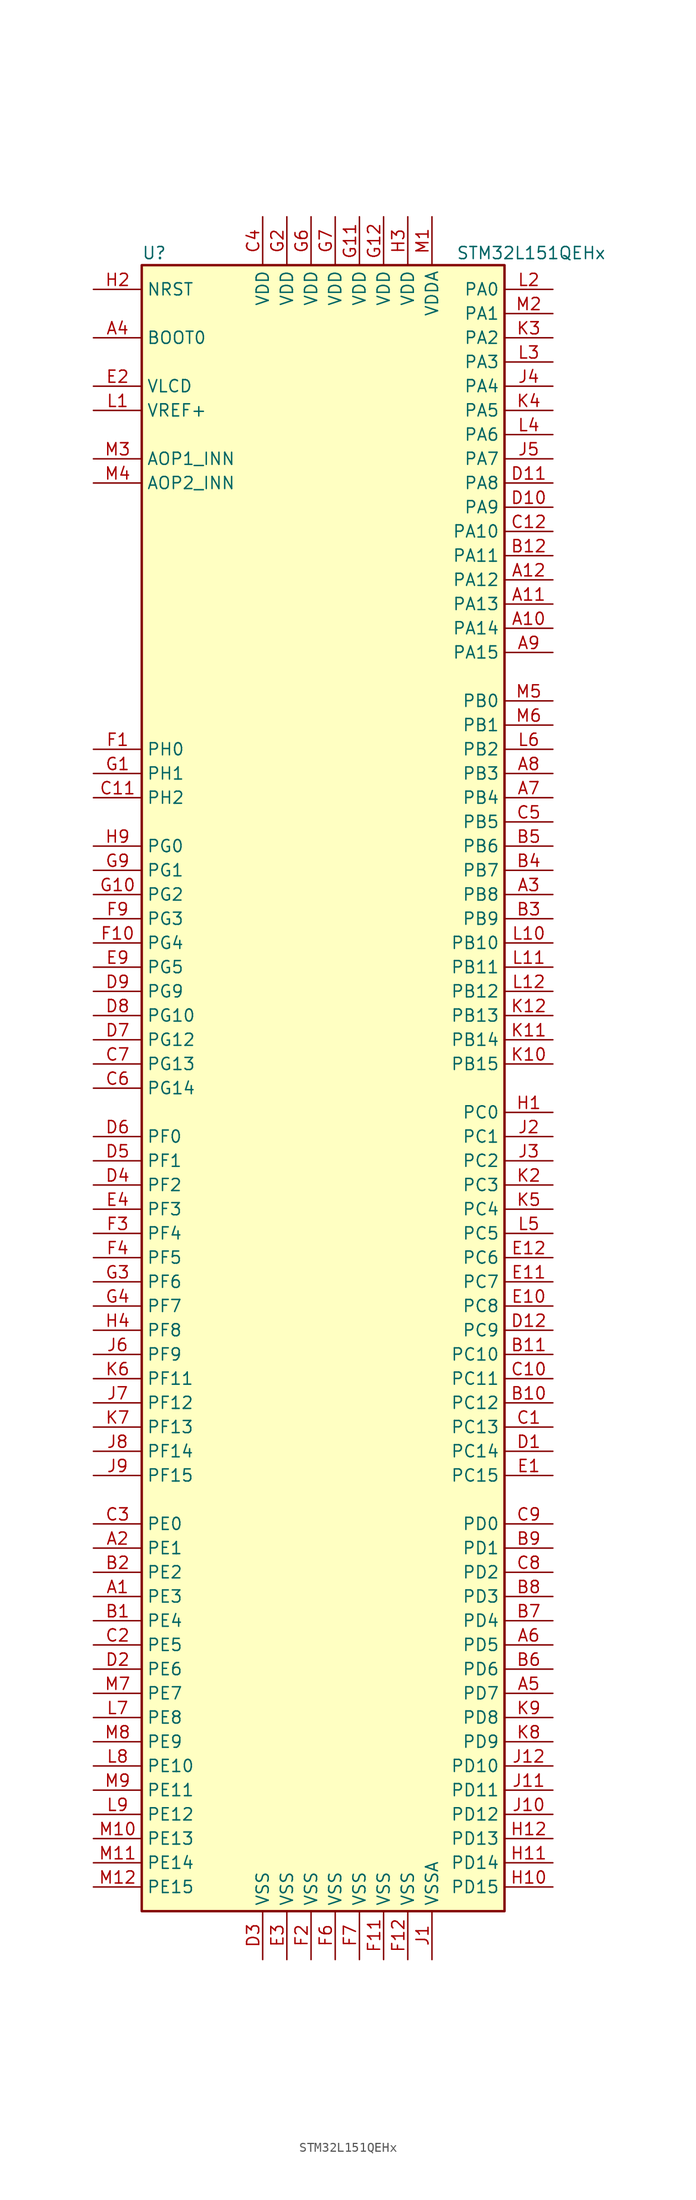
<source format=kicad_sym>
(kicad_symbol_lib
  (version 20201005)
  (generator kicad_symbol_editor)
  (symbol "STM32L151QEHx"
    (property "Reference" "U"
      (at -20.32 87.63 0)
      (effects (font (size 1.27 1.27)) (justify left)))
    (property "Value" "STM32L151QEHx"
      (at 12.7 87.63 0)
      (effects (font (size 1.27 1.27)) (justify left)))
    (symbol "STM32L151QEHx_0_1"
      (rectangle (start -20.32 -86.36) (end 17.78 86.36) (stroke (width 0.254)) (fill (type background))))
    (symbol "STM32L151QEHx_1_1"
      (pin bidirectional line (at -25.4 -53.34 0) (length 5.08) (name "PE3" (effects (font (size 1.27 1.27)))) (number "A1" (effects (font (size 1.27 1.27)))))
      (pin bidirectional line (at 22.86 48.26 180) (length 5.08) (name "PA14" (effects (font (size 1.27 1.27)))) (number "A10" (effects (font (size 1.27 1.27)))))
      (pin bidirectional line (at 22.86 50.8 180) (length 5.08) (name "PA13" (effects (font (size 1.27 1.27)))) (number "A11" (effects (font (size 1.27 1.27)))))
      (pin bidirectional line (at 22.86 53.34 180) (length 5.08) (name "PA12" (effects (font (size 1.27 1.27)))) (number "A12" (effects (font (size 1.27 1.27)))))
      (pin bidirectional line (at -25.4 -48.26 0) (length 5.08) (name "PE1" (effects (font (size 1.27 1.27)))) (number "A2" (effects (font (size 1.27 1.27)))))
      (pin bidirectional line (at 22.86 20.32 180) (length 5.08) (name "PB8" (effects (font (size 1.27 1.27)))) (number "A3" (effects (font (size 1.27 1.27)))))
      (pin input line (at -25.4 78.74 0) (length 5.08) (name "BOOT0" (effects (font (size 1.27 1.27)))) (number "A4" (effects (font (size 1.27 1.27)))))
      (pin bidirectional line (at 22.86 -63.5 180) (length 5.08) (name "PD7" (effects (font (size 1.27 1.27)))) (number "A5" (effects (font (size 1.27 1.27)))))
      (pin bidirectional line (at 22.86 -58.42 180) (length 5.08) (name "PD5" (effects (font (size 1.27 1.27)))) (number "A6" (effects (font (size 1.27 1.27)))))
      (pin bidirectional line (at 22.86 30.48 180) (length 5.08) (name "PB4" (effects (font (size 1.27 1.27)))) (number "A7" (effects (font (size 1.27 1.27)))))
      (pin bidirectional line (at 22.86 33.02 180) (length 5.08) (name "PB3" (effects (font (size 1.27 1.27)))) (number "A8" (effects (font (size 1.27 1.27)))))
      (pin bidirectional line (at 22.86 45.72 180) (length 5.08) (name "PA15" (effects (font (size 1.27 1.27)))) (number "A9" (effects (font (size 1.27 1.27)))))
      (pin bidirectional line (at -25.4 -55.88 0) (length 5.08) (name "PE4" (effects (font (size 1.27 1.27)))) (number "B1" (effects (font (size 1.27 1.27)))))
      (pin bidirectional line (at 22.86 -33.02 180) (length 5.08) (name "PC12" (effects (font (size 1.27 1.27)))) (number "B10" (effects (font (size 1.27 1.27)))))
      (pin bidirectional line (at 22.86 -27.94 180) (length 5.08) (name "PC10" (effects (font (size 1.27 1.27)))) (number "B11" (effects (font (size 1.27 1.27)))))
      (pin bidirectional line (at 22.86 55.88 180) (length 5.08) (name "PA11" (effects (font (size 1.27 1.27)))) (number "B12" (effects (font (size 1.27 1.27)))))
      (pin bidirectional line (at -25.4 -50.8 0) (length 5.08) (name "PE2" (effects (font (size 1.27 1.27)))) (number "B2" (effects (font (size 1.27 1.27)))))
      (pin bidirectional line (at 22.86 17.78 180) (length 5.08) (name "PB9" (effects (font (size 1.27 1.27)))) (number "B3" (effects (font (size 1.27 1.27)))))
      (pin bidirectional line (at 22.86 22.86 180) (length 5.08) (name "PB7" (effects (font (size 1.27 1.27)))) (number "B4" (effects (font (size 1.27 1.27)))))
      (pin bidirectional line (at 22.86 25.4 180) (length 5.08) (name "PB6" (effects (font (size 1.27 1.27)))) (number "B5" (effects (font (size 1.27 1.27)))))
      (pin bidirectional line (at 22.86 -60.96 180) (length 5.08) (name "PD6" (effects (font (size 1.27 1.27)))) (number "B6" (effects (font (size 1.27 1.27)))))
      (pin bidirectional line (at 22.86 -55.88 180) (length 5.08) (name "PD4" (effects (font (size 1.27 1.27)))) (number "B7" (effects (font (size 1.27 1.27)))))
      (pin bidirectional line (at 22.86 -53.34 180) (length 5.08) (name "PD3" (effects (font (size 1.27 1.27)))) (number "B8" (effects (font (size 1.27 1.27)))))
      (pin bidirectional line (at 22.86 -48.26 180) (length 5.08) (name "PD1" (effects (font (size 1.27 1.27)))) (number "B9" (effects (font (size 1.27 1.27)))))
      (pin bidirectional line (at 22.86 -35.56 180) (length 5.08) (name "PC13" (effects (font (size 1.27 1.27)))) (number "C1" (effects (font (size 1.27 1.27)))))
      (pin bidirectional line (at 22.86 -30.48 180) (length 5.08) (name "PC11" (effects (font (size 1.27 1.27)))) (number "C10" (effects (font (size 1.27 1.27)))))
      (pin bidirectional line (at -25.4 30.48 0) (length 5.08) (name "PH2" (effects (font (size 1.27 1.27)))) (number "C11" (effects (font (size 1.27 1.27)))))
      (pin bidirectional line (at 22.86 58.42 180) (length 5.08) (name "PA10" (effects (font (size 1.27 1.27)))) (number "C12" (effects (font (size 1.27 1.27)))))
      (pin bidirectional line (at -25.4 -58.42 0) (length 5.08) (name "PE5" (effects (font (size 1.27 1.27)))) (number "C2" (effects (font (size 1.27 1.27)))))
      (pin bidirectional line (at -25.4 -45.72 0) (length 5.08) (name "PE0" (effects (font (size 1.27 1.27)))) (number "C3" (effects (font (size 1.27 1.27)))))
      (pin power_in line (at -7.62 91.44 270) (length 5.08) (name "VDD" (effects (font (size 1.27 1.27)))) (number "C4" (effects (font (size 1.27 1.27)))))
      (pin bidirectional line (at 22.86 27.94 180) (length 5.08) (name "PB5" (effects (font (size 1.27 1.27)))) (number "C5" (effects (font (size 1.27 1.27)))))
      (pin bidirectional line (at -25.4 0 0) (length 5.08) (name "PG14" (effects (font (size 1.27 1.27)))) (number "C6" (effects (font (size 1.27 1.27)))))
      (pin bidirectional line (at -25.4 2.54 0) (length 5.08) (name "PG13" (effects (font (size 1.27 1.27)))) (number "C7" (effects (font (size 1.27 1.27)))))
      (pin bidirectional line (at 22.86 -50.8 180) (length 5.08) (name "PD2" (effects (font (size 1.27 1.27)))) (number "C8" (effects (font (size 1.27 1.27)))))
      (pin bidirectional line (at 22.86 -45.72 180) (length 5.08) (name "PD0" (effects (font (size 1.27 1.27)))) (number "C9" (effects (font (size 1.27 1.27)))))
      (pin bidirectional line (at 22.86 -38.1 180) (length 5.08) (name "PC14" (effects (font (size 1.27 1.27)))) (number "D1" (effects (font (size 1.27 1.27)))))
      (pin bidirectional line (at 22.86 60.96 180) (length 5.08) (name "PA9" (effects (font (size 1.27 1.27)))) (number "D10" (effects (font (size 1.27 1.27)))))
      (pin bidirectional line (at 22.86 63.5 180) (length 5.08) (name "PA8" (effects (font (size 1.27 1.27)))) (number "D11" (effects (font (size 1.27 1.27)))))
      (pin bidirectional line (at 22.86 -25.4 180) (length 5.08) (name "PC9" (effects (font (size 1.27 1.27)))) (number "D12" (effects (font (size 1.27 1.27)))))
      (pin bidirectional line (at -25.4 -60.96 0) (length 5.08) (name "PE6" (effects (font (size 1.27 1.27)))) (number "D2" (effects (font (size 1.27 1.27)))))
      (pin power_in line (at -7.62 -91.44 90) (length 5.08) (name "VSS" (effects (font (size 1.27 1.27)))) (number "D3" (effects (font (size 1.27 1.27)))))
      (pin bidirectional line (at -25.4 -10.16 0) (length 5.08) (name "PF2" (effects (font (size 1.27 1.27)))) (number "D4" (effects (font (size 1.27 1.27)))))
      (pin bidirectional line (at -25.4 -7.62 0) (length 5.08) (name "PF1" (effects (font (size 1.27 1.27)))) (number "D5" (effects (font (size 1.27 1.27)))))
      (pin bidirectional line (at -25.4 -5.08 0) (length 5.08) (name "PF0" (effects (font (size 1.27 1.27)))) (number "D6" (effects (font (size 1.27 1.27)))))
      (pin bidirectional line (at -25.4 5.08 0) (length 5.08) (name "PG12" (effects (font (size 1.27 1.27)))) (number "D7" (effects (font (size 1.27 1.27)))))
      (pin bidirectional line (at -25.4 7.62 0) (length 5.08) (name "PG10" (effects (font (size 1.27 1.27)))) (number "D8" (effects (font (size 1.27 1.27)))))
      (pin bidirectional line (at -25.4 10.16 0) (length 5.08) (name "PG9" (effects (font (size 1.27 1.27)))) (number "D9" (effects (font (size 1.27 1.27)))))
      (pin bidirectional line (at 22.86 -40.64 180) (length 5.08) (name "PC15" (effects (font (size 1.27 1.27)))) (number "E1" (effects (font (size 1.27 1.27)))))
      (pin bidirectional line (at 22.86 -22.86 180) (length 5.08) (name "PC8" (effects (font (size 1.27 1.27)))) (number "E10" (effects (font (size 1.27 1.27)))))
      (pin bidirectional line (at 22.86 -20.32 180) (length 5.08) (name "PC7" (effects (font (size 1.27 1.27)))) (number "E11" (effects (font (size 1.27 1.27)))))
      (pin bidirectional line (at 22.86 -17.78 180) (length 5.08) (name "PC6" (effects (font (size 1.27 1.27)))) (number "E12" (effects (font (size 1.27 1.27)))))
      (pin power_in line (at -25.4 73.66 0) (length 5.08) (name "VLCD" (effects (font (size 1.27 1.27)))) (number "E2" (effects (font (size 1.27 1.27)))))
      (pin power_in line (at -5.08 -91.44 90) (length 5.08) (name "VSS" (effects (font (size 1.27 1.27)))) (number "E3" (effects (font (size 1.27 1.27)))))
      (pin bidirectional line (at -25.4 -12.7 0) (length 5.08) (name "PF3" (effects (font (size 1.27 1.27)))) (number "E4" (effects (font (size 1.27 1.27)))))
      (pin bidirectional line (at -25.4 12.7 0) (length 5.08) (name "PG5" (effects (font (size 1.27 1.27)))) (number "E9" (effects (font (size 1.27 1.27)))))
      (pin input line (at -25.4 35.56 0) (length 5.08) (name "PH0" (effects (font (size 1.27 1.27)))) (number "F1" (effects (font (size 1.27 1.27)))))
      (pin bidirectional line (at -25.4 15.24 0) (length 5.08) (name "PG4" (effects (font (size 1.27 1.27)))) (number "F10" (effects (font (size 1.27 1.27)))))
      (pin power_in line (at 5.08 -91.44 90) (length 5.08) (name "VSS" (effects (font (size 1.27 1.27)))) (number "F11" (effects (font (size 1.27 1.27)))))
      (pin power_in line (at 7.62 -91.44 90) (length 5.08) (name "VSS" (effects (font (size 1.27 1.27)))) (number "F12" (effects (font (size 1.27 1.27)))))
      (pin power_in line (at -2.54 -91.44 90) (length 5.08) (name "VSS" (effects (font (size 1.27 1.27)))) (number "F2" (effects (font (size 1.27 1.27)))))
      (pin bidirectional line (at -25.4 -15.24 0) (length 5.08) (name "PF4" (effects (font (size 1.27 1.27)))) (number "F3" (effects (font (size 1.27 1.27)))))
      (pin bidirectional line (at -25.4 -17.78 0) (length 5.08) (name "PF5" (effects (font (size 1.27 1.27)))) (number "F4" (effects (font (size 1.27 1.27)))))
      (pin power_in line (at 0 -91.44 90) (length 5.08) (name "VSS" (effects (font (size 1.27 1.27)))) (number "F6" (effects (font (size 1.27 1.27)))))
      (pin power_in line (at 2.54 -91.44 90) (length 5.08) (name "VSS" (effects (font (size 1.27 1.27)))) (number "F7" (effects (font (size 1.27 1.27)))))
      (pin bidirectional line (at -25.4 17.78 0) (length 5.08) (name "PG3" (effects (font (size 1.27 1.27)))) (number "F9" (effects (font (size 1.27 1.27)))))
      (pin input line (at -25.4 33.02 0) (length 5.08) (name "PH1" (effects (font (size 1.27 1.27)))) (number "G1" (effects (font (size 1.27 1.27)))))
      (pin bidirectional line (at -25.4 20.32 0) (length 5.08) (name "PG2" (effects (font (size 1.27 1.27)))) (number "G10" (effects (font (size 1.27 1.27)))))
      (pin power_in line (at 2.54 91.44 270) (length 5.08) (name "VDD" (effects (font (size 1.27 1.27)))) (number "G11" (effects (font (size 1.27 1.27)))))
      (pin power_in line (at 5.08 91.44 270) (length 5.08) (name "VDD" (effects (font (size 1.27 1.27)))) (number "G12" (effects (font (size 1.27 1.27)))))
      (pin power_in line (at -5.08 91.44 270) (length 5.08) (name "VDD" (effects (font (size 1.27 1.27)))) (number "G2" (effects (font (size 1.27 1.27)))))
      (pin bidirectional line (at -25.4 -20.32 0) (length 5.08) (name "PF6" (effects (font (size 1.27 1.27)))) (number "G3" (effects (font (size 1.27 1.27)))))
      (pin bidirectional line (at -25.4 -22.86 0) (length 5.08) (name "PF7" (effects (font (size 1.27 1.27)))) (number "G4" (effects (font (size 1.27 1.27)))))
      (pin power_in line (at -2.54 91.44 270) (length 5.08) (name "VDD" (effects (font (size 1.27 1.27)))) (number "G6" (effects (font (size 1.27 1.27)))))
      (pin power_in line (at 0 91.44 270) (length 5.08) (name "VDD" (effects (font (size 1.27 1.27)))) (number "G7" (effects (font (size 1.27 1.27)))))
      (pin bidirectional line (at -25.4 22.86 0) (length 5.08) (name "PG1" (effects (font (size 1.27 1.27)))) (number "G9" (effects (font (size 1.27 1.27)))))
      (pin bidirectional line (at 22.86 -2.54 180) (length 5.08) (name "PC0" (effects (font (size 1.27 1.27)))) (number "H1" (effects (font (size 1.27 1.27)))))
      (pin bidirectional line (at 22.86 -83.82 180) (length 5.08) (name "PD15" (effects (font (size 1.27 1.27)))) (number "H10" (effects (font (size 1.27 1.27)))))
      (pin bidirectional line (at 22.86 -81.28 180) (length 5.08) (name "PD14" (effects (font (size 1.27 1.27)))) (number "H11" (effects (font (size 1.27 1.27)))))
      (pin bidirectional line (at 22.86 -78.74 180) (length 5.08) (name "PD13" (effects (font (size 1.27 1.27)))) (number "H12" (effects (font (size 1.27 1.27)))))
      (pin input line (at -25.4 83.82 0) (length 5.08) (name "NRST" (effects (font (size 1.27 1.27)))) (number "H2" (effects (font (size 1.27 1.27)))))
      (pin power_in line (at 7.62 91.44 270) (length 5.08) (name "VDD" (effects (font (size 1.27 1.27)))) (number "H3" (effects (font (size 1.27 1.27)))))
      (pin bidirectional line (at -25.4 -25.4 0) (length 5.08) (name "PF8" (effects (font (size 1.27 1.27)))) (number "H4" (effects (font (size 1.27 1.27)))))
      (pin bidirectional line (at -25.4 25.4 0) (length 5.08) (name "PG0" (effects (font (size 1.27 1.27)))) (number "H9" (effects (font (size 1.27 1.27)))))
      (pin power_in line (at 10.16 -91.44 90) (length 5.08) (name "VSSA" (effects (font (size 1.27 1.27)))) (number "J1" (effects (font (size 1.27 1.27)))))
      (pin bidirectional line (at 22.86 -76.2 180) (length 5.08) (name "PD12" (effects (font (size 1.27 1.27)))) (number "J10" (effects (font (size 1.27 1.27)))))
      (pin bidirectional line (at 22.86 -73.66 180) (length 5.08) (name "PD11" (effects (font (size 1.27 1.27)))) (number "J11" (effects (font (size 1.27 1.27)))))
      (pin bidirectional line (at 22.86 -71.12 180) (length 5.08) (name "PD10" (effects (font (size 1.27 1.27)))) (number "J12" (effects (font (size 1.27 1.27)))))
      (pin bidirectional line (at 22.86 -5.08 180) (length 5.08) (name "PC1" (effects (font (size 1.27 1.27)))) (number "J2" (effects (font (size 1.27 1.27)))))
      (pin bidirectional line (at 22.86 -7.62 180) (length 5.08) (name "PC2" (effects (font (size 1.27 1.27)))) (number "J3" (effects (font (size 1.27 1.27)))))
      (pin bidirectional line (at 22.86 73.66 180) (length 5.08) (name "PA4" (effects (font (size 1.27 1.27)))) (number "J4" (effects (font (size 1.27 1.27)))))
      (pin bidirectional line (at 22.86 66.04 180) (length 5.08) (name "PA7" (effects (font (size 1.27 1.27)))) (number "J5" (effects (font (size 1.27 1.27)))))
      (pin bidirectional line (at -25.4 -27.94 0) (length 5.08) (name "PF9" (effects (font (size 1.27 1.27)))) (number "J6" (effects (font (size 1.27 1.27)))))
      (pin bidirectional line (at -25.4 -33.02 0) (length 5.08) (name "PF12" (effects (font (size 1.27 1.27)))) (number "J7" (effects (font (size 1.27 1.27)))))
      (pin bidirectional line (at -25.4 -38.1 0) (length 5.08) (name "PF14" (effects (font (size 1.27 1.27)))) (number "J8" (effects (font (size 1.27 1.27)))))
      (pin bidirectional line (at -25.4 -40.64 0) (length 5.08) (name "PF15" (effects (font (size 1.27 1.27)))) (number "J9" (effects (font (size 1.27 1.27)))))
      (pin no_connect line (at -20.32 -83.82 0) (length 5.08) hide (name "NC" (effects (font (size 1.27 1.27)))) (number "K1" (effects (font (size 1.27 1.27)))))
      (pin bidirectional line (at 22.86 2.54 180) (length 5.08) (name "PB15" (effects (font (size 1.27 1.27)))) (number "K10" (effects (font (size 1.27 1.27)))))
      (pin bidirectional line (at 22.86 5.08 180) (length 5.08) (name "PB14" (effects (font (size 1.27 1.27)))) (number "K11" (effects (font (size 1.27 1.27)))))
      (pin bidirectional line (at 22.86 7.62 180) (length 5.08) (name "PB13" (effects (font (size 1.27 1.27)))) (number "K12" (effects (font (size 1.27 1.27)))))
      (pin bidirectional line (at 22.86 -10.16 180) (length 5.08) (name "PC3" (effects (font (size 1.27 1.27)))) (number "K2" (effects (font (size 1.27 1.27)))))
      (pin bidirectional line (at 22.86 78.74 180) (length 5.08) (name "PA2" (effects (font (size 1.27 1.27)))) (number "K3" (effects (font (size 1.27 1.27)))))
      (pin bidirectional line (at 22.86 71.12 180) (length 5.08) (name "PA5" (effects (font (size 1.27 1.27)))) (number "K4" (effects (font (size 1.27 1.27)))))
      (pin bidirectional line (at 22.86 -12.7 180) (length 5.08) (name "PC4" (effects (font (size 1.27 1.27)))) (number "K5" (effects (font (size 1.27 1.27)))))
      (pin bidirectional line (at -25.4 -30.48 0) (length 5.08) (name "PF11" (effects (font (size 1.27 1.27)))) (number "K6" (effects (font (size 1.27 1.27)))))
      (pin bidirectional line (at -25.4 -35.56 0) (length 5.08) (name "PF13" (effects (font (size 1.27 1.27)))) (number "K7" (effects (font (size 1.27 1.27)))))
      (pin bidirectional line (at 22.86 -68.58 180) (length 5.08) (name "PD9" (effects (font (size 1.27 1.27)))) (number "K8" (effects (font (size 1.27 1.27)))))
      (pin bidirectional line (at 22.86 -66.04 180) (length 5.08) (name "PD8" (effects (font (size 1.27 1.27)))) (number "K9" (effects (font (size 1.27 1.27)))))
      (pin power_in line (at -25.4 71.12 0) (length 5.08) (name "VREF+" (effects (font (size 1.27 1.27)))) (number "L1" (effects (font (size 1.27 1.27)))))
      (pin bidirectional line (at 22.86 15.24 180) (length 5.08) (name "PB10" (effects (font (size 1.27 1.27)))) (number "L10" (effects (font (size 1.27 1.27)))))
      (pin bidirectional line (at 22.86 12.7 180) (length 5.08) (name "PB11" (effects (font (size 1.27 1.27)))) (number "L11" (effects (font (size 1.27 1.27)))))
      (pin bidirectional line (at 22.86 10.16 180) (length 5.08) (name "PB12" (effects (font (size 1.27 1.27)))) (number "L12" (effects (font (size 1.27 1.27)))))
      (pin bidirectional line (at 22.86 83.82 180) (length 5.08) (name "PA0" (effects (font (size 1.27 1.27)))) (number "L2" (effects (font (size 1.27 1.27)))))
      (pin bidirectional line (at 22.86 76.2 180) (length 5.08) (name "PA3" (effects (font (size 1.27 1.27)))) (number "L3" (effects (font (size 1.27 1.27)))))
      (pin bidirectional line (at 22.86 68.58 180) (length 5.08) (name "PA6" (effects (font (size 1.27 1.27)))) (number "L4" (effects (font (size 1.27 1.27)))))
      (pin bidirectional line (at 22.86 -15.24 180) (length 5.08) (name "PC5" (effects (font (size 1.27 1.27)))) (number "L5" (effects (font (size 1.27 1.27)))))
      (pin bidirectional line (at 22.86 35.56 180) (length 5.08) (name "PB2" (effects (font (size 1.27 1.27)))) (number "L6" (effects (font (size 1.27 1.27)))))
      (pin bidirectional line (at -25.4 -66.04 0) (length 5.08) (name "PE8" (effects (font (size 1.27 1.27)))) (number "L7" (effects (font (size 1.27 1.27)))))
      (pin bidirectional line (at -25.4 -71.12 0) (length 5.08) (name "PE10" (effects (font (size 1.27 1.27)))) (number "L8" (effects (font (size 1.27 1.27)))))
      (pin bidirectional line (at -25.4 -76.2 0) (length 5.08) (name "PE12" (effects (font (size 1.27 1.27)))) (number "L9" (effects (font (size 1.27 1.27)))))
      (pin power_in line (at 10.16 91.44 270) (length 5.08) (name "VDDA" (effects (font (size 1.27 1.27)))) (number "M1" (effects (font (size 1.27 1.27)))))
      (pin bidirectional line (at -25.4 -78.74 0) (length 5.08) (name "PE13" (effects (font (size 1.27 1.27)))) (number "M10" (effects (font (size 1.27 1.27)))))
      (pin bidirectional line (at -25.4 -81.28 0) (length 5.08) (name "PE14" (effects (font (size 1.27 1.27)))) (number "M11" (effects (font (size 1.27 1.27)))))
      (pin bidirectional line (at -25.4 -83.82 0) (length 5.08) (name "PE15" (effects (font (size 1.27 1.27)))) (number "M12" (effects (font (size 1.27 1.27)))))
      (pin bidirectional line (at 22.86 81.28 180) (length 5.08) (name "PA1" (effects (font (size 1.27 1.27)))) (number "M2" (effects (font (size 1.27 1.27)))))
      (pin bidirectional line (at -25.4 66.04 0) (length 5.08) (name "AOP1_INN" (effects (font (size 1.27 1.27)))) (number "M3" (effects (font (size 1.27 1.27)))))
      (pin bidirectional line (at -25.4 63.5 0) (length 5.08) (name "AOP2_INN" (effects (font (size 1.27 1.27)))) (number "M4" (effects (font (size 1.27 1.27)))))
      (pin bidirectional line (at 22.86 40.64 180) (length 5.08) (name "PB0" (effects (font (size 1.27 1.27)))) (number "M5" (effects (font (size 1.27 1.27)))))
      (pin bidirectional line (at 22.86 38.1 180) (length 5.08) (name "PB1" (effects (font (size 1.27 1.27)))) (number "M6" (effects (font (size 1.27 1.27)))))
      (pin bidirectional line (at -25.4 -63.5 0) (length 5.08) (name "PE7" (effects (font (size 1.27 1.27)))) (number "M7" (effects (font (size 1.27 1.27)))))
      (pin bidirectional line (at -25.4 -68.58 0) (length 5.08) (name "PE9" (effects (font (size 1.27 1.27)))) (number "M8" (effects (font (size 1.27 1.27)))))
      (pin bidirectional line (at -25.4 -73.66 0) (length 5.08) (name "PE11" (effects (font (size 1.27 1.27)))) (number "M9" (effects (font (size 1.27 1.27))))))))
</source>
